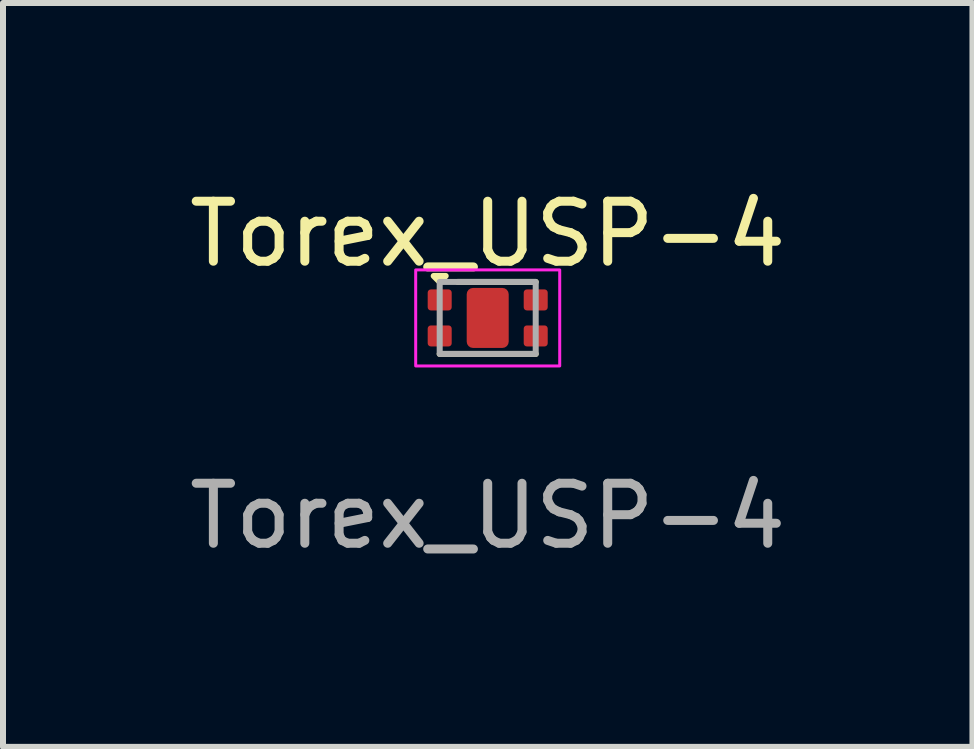
<source format=kicad_pcb>
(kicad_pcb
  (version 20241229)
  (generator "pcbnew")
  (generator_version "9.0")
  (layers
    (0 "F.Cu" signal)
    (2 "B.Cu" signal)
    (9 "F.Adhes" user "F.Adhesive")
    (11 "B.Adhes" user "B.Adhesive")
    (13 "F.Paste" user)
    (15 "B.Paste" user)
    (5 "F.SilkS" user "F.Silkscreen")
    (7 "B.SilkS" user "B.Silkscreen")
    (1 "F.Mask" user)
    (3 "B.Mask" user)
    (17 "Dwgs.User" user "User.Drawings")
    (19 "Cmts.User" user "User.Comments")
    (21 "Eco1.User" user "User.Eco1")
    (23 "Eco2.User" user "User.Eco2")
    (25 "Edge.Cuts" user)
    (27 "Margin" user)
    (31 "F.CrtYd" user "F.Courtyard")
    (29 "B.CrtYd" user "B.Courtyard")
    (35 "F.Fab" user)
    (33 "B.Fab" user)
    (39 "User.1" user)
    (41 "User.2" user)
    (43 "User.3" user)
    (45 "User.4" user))
  (footprint "Torex_USP-4"
    (layer "F.Cu")
    (at 5.077 2.248)
    (property "Reference" "Torex_USP-4" (at 0 -1.4 0) (unlocked yes) (layer "F.SilkS") (effects (font (size 1 1) (thickness 0.15))))
    (attr smd)
    (fp_line (start -0.8 0.6) (end 0.8 0.6) (stroke (width 0.1) (type default)) (layer "F.SilkS"))
    (fp_line (start 0.8 -0.6) (end -0.5 -0.6) (stroke (width 0.1) (type default)) (layer "F.SilkS"))
    (fp_poly (pts (xy -0.8 -0.6) (xy -0.9 -0.7) (xy -0.7 -0.7)) (stroke (width 0.1) (type solid)) (fill yes) (layer "F.SilkS"))
    (fp_rect (start -1.2 -0.8) (end 1.2 0.8) (stroke (width 0.05) (type default)) (fill no) (layer "F.CrtYd"))
    (fp_rect (start -0.8 -0.6) (end 0.8 0.6) (stroke (width 0.1) (type default)) (fill no) (layer "F.Fab"))
    (fp_text user "${REFERENCE}" (at 0 3.3 0) (unlocked yes) (layer "F.Fab") (effects (font (size 1 1) (thickness 0.15))))
    (pad "1" smd roundrect (at -0.8 -0.3) (size 0.4 0.35) (layers "F.Cu" "F.Mask" "F.Paste") (roundrect_rratio 0.15))
    (pad "2" smd roundrect (at -0.8 0.3) (size 0.4 0.35) (layers "F.Cu" "F.Mask" "F.Paste") (roundrect_rratio 0.15))
    (pad "3" smd roundrect (at 0.8 0.3) (size 0.4 0.35) (layers "F.Cu" "F.Mask" "F.Paste") (roundrect_rratio 0.15))
    (pad "4" smd roundrect (at 0.8 -0.3) (size 0.4 0.35) (layers "F.Cu" "F.Mask" "F.Paste") (roundrect_rratio 0.15))
    (pad "5" smd roundrect (at 0 0) (size 0.7 1) (layers "F.Cu" "F.Mask" "F.Paste") (roundrect_rratio 0.15)))
  (gr_rect
    (start -3 -3)
    (end 13.155 9.396)
    (stroke (width 0.1) (type default))
    (fill no)
    (layer "Edge.Cuts")))
</source>
